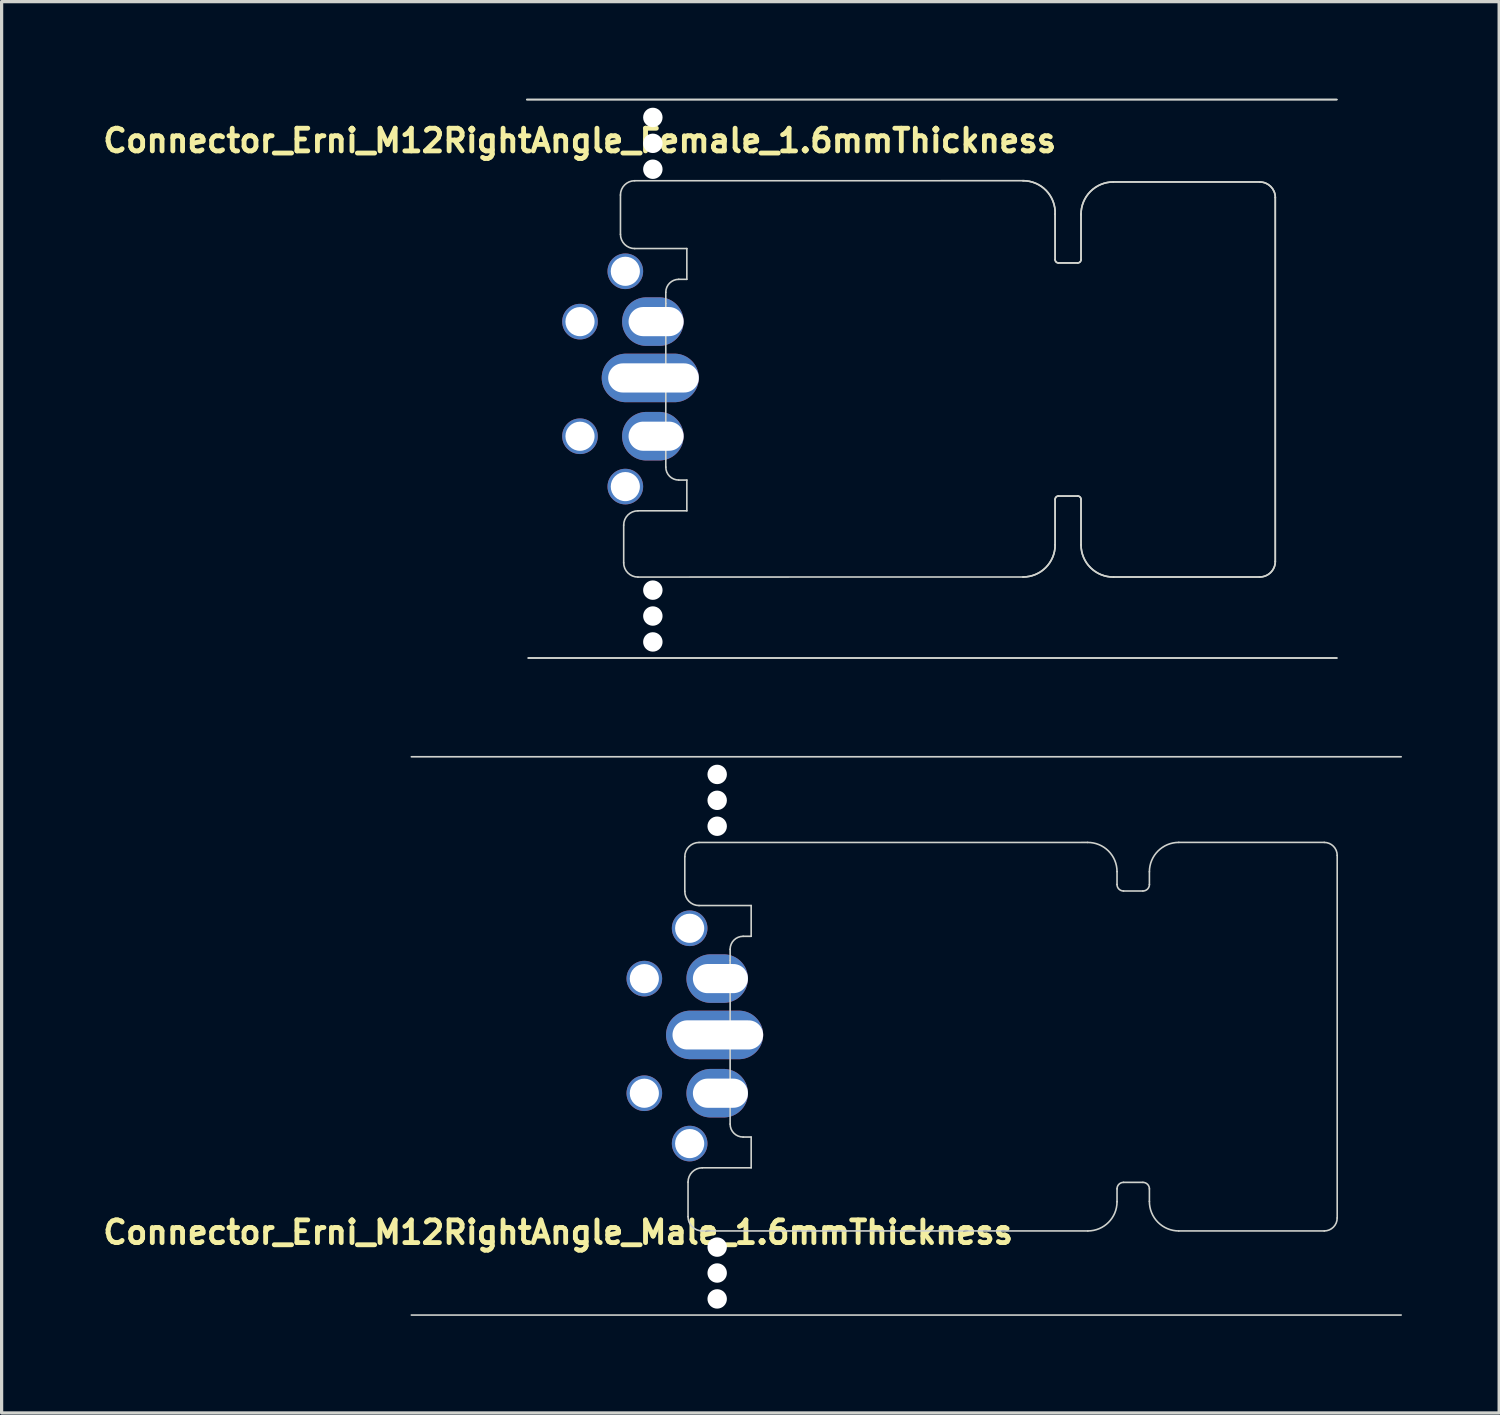
<source format=kicad_pcb>
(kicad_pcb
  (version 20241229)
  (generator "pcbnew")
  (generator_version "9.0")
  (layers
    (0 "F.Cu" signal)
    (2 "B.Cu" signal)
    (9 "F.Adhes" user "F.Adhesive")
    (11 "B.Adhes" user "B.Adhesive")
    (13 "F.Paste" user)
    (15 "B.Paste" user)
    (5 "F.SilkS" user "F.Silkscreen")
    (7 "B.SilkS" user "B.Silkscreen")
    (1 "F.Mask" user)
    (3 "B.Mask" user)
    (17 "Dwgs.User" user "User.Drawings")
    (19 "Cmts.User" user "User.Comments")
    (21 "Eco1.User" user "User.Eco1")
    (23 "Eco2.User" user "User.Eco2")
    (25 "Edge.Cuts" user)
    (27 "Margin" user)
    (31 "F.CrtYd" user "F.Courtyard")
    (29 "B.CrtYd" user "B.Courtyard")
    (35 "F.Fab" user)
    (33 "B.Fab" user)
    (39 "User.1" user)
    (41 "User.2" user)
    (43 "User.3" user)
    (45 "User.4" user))
  (footprint "Connector_Erni_M12RightAngle_Female_1.6mmThickness"
    (layer "F.Cu")
    (at 30.384 8.623)
    (property "Reference" "Connector_Erni_M12RightAngle_Female_1.6mmThickness" (at -15.529 -7.329 0) (layer "F.SilkS") (effects (font (size 0.7 0.7) (thickness 0.15))))
    (attr through_hole)
    (fp_line (start -17.162 -8.598) (end 7.855 -8.598) (stroke (width 0.05) (type solid)) (layer "Edge.Cuts"))
    (fp_line (start -17.162 -8.598) (end 7.855 -8.598) (stroke (width 0.05) (type solid)) (layer "Edge.Cuts"))
    (fp_line (start -14.27 -5.65) (end -14.27 -4.436) (stroke (width 0.05) (type solid)) (layer "Edge.Cuts"))
    (fp_line (start -14.17 4.545) (end -14.17 5.71) (stroke (width 0.05) (type solid)) (layer "Edge.Cuts"))
    (fp_line (start -13.829 -3.996) (end -12.22 -3.996) (stroke (width 0.05) (type solid)) (layer "Edge.Cuts"))
    (fp_line (start -13.73 6.15) (end -1.837 6.148) (stroke (width 0.05) (type solid)) (layer "Edge.Cuts"))
    (fp_line (start -12.87 -2.645) (end -12.87 -2.3) (stroke (width 0.05) (type solid)) (layer "Edge.Cuts"))
    (fp_line (start -12.87 -2.3) (end -12.87 2.754) (stroke (width 0.05) (type solid)) (layer "Edge.Cuts"))
    (fp_line (start -12.469 3.154) (end -12.22 3.154) (stroke (width 0.05) (type solid)) (layer "Edge.Cuts"))
    (fp_line (start -12.22 -3.996) (end -12.22 -3.046) (stroke (width 0.05) (type solid)) (layer "Edge.Cuts"))
    (fp_line (start -12.22 -3.046) (end -12.469 -3.046) (stroke (width 0.05) (type solid)) (layer "Edge.Cuts"))
    (fp_line (start -12.22 3.154) (end -12.22 4.104) (stroke (width 0.05) (type solid)) (layer "Edge.Cuts"))
    (fp_line (start -12.22 4.104) (end -13.729 4.104) (stroke (width 0.05) (type solid)) (layer "Edge.Cuts"))
    (fp_line (start -1.837 -6.092) (end -13.83 -6.09) (stroke (width 0.05) (type solid)) (layer "Edge.Cuts"))
    (fp_line (start -0.845 -3.652) (end -0.845 -5.06) (stroke (width 0.05) (type solid)) (layer "Edge.Cuts"))
    (fp_line (start -0.845 -3.652) (end -0.845 -5.06) (stroke (width 0.05) (type solid)) (layer "Edge.Cuts"))
    (fp_line (start -0.845 5.156) (end -0.845 3.748) (stroke (width 0.05) (type solid)) (layer "Edge.Cuts"))
    (fp_line (start -0.845 5.156) (end -0.845 3.748) (stroke (width 0.05) (type solid)) (layer "Edge.Cuts"))
    (fp_line (start -0.745 3.648) (end -0.145 3.648) (stroke (width 0.05) (type solid)) (layer "Edge.Cuts"))
    (fp_line (start -0.745 3.648) (end -0.145 3.648) (stroke (width 0.05) (type solid)) (layer "Edge.Cuts"))
    (fp_line (start -0.145 -3.553) (end -0.745 -3.553) (stroke (width 0.05) (type solid)) (layer "Edge.Cuts"))
    (fp_line (start -0.145 -3.553) (end -0.745 -3.553) (stroke (width 0.05) (type solid)) (layer "Edge.Cuts"))
    (fp_line (start -0.045 3.748) (end -0.045 5.156) (stroke (width 0.05) (type solid)) (layer "Edge.Cuts"))
    (fp_line (start -0.045 3.752) (end -0.045 5.156) (stroke (width 0.05) (type solid)) (layer "Edge.Cuts"))
    (fp_line (start -0.045 -5.042) (end -0.045 -3.652) (stroke (width 0.05) (type solid)) (layer "Edge.Cuts"))
    (fp_line (start -0.045 -5.069) (end -0.045 -3.652) (stroke (width 0.05) (type solid)) (layer "Edge.Cuts"))
    (fp_line (start 0.962 6.149) (end 5.468 6.148) (stroke (width 0.05) (type solid)) (layer "Edge.Cuts"))
    (fp_line (start 0.962 6.149) (end 5.468 6.148) (stroke (width 0.05) (type solid)) (layer "Edge.Cuts"))
    (fp_line (start 5.474 -6.053) (end 0.953 -6.053) (stroke (width 0.05) (type solid)) (layer "Edge.Cuts"))
    (fp_line (start 5.474 -6.053) (end 0.953 -6.053) (stroke (width 0.05) (type solid)) (layer "Edge.Cuts"))
    (fp_line (start 5.955 5.667) (end 5.955 -5.572) (stroke (width 0.05) (type solid)) (layer "Edge.Cuts"))
    (fp_line (start 5.955 5.667) (end 5.955 -5.572) (stroke (width 0.05) (type solid)) (layer "Edge.Cuts"))
    (fp_line (start 7.855 8.651) (end -17.117 8.651) (stroke (width 0.05) (type solid)) (layer "Edge.Cuts"))
    (fp_line (start 7.855 8.651) (end -17.117 8.651) (stroke (width 0.05) (type solid)) (layer "Edge.Cuts"))
    (fp_arc (start -14.2706 -5.65) (mid -14.141552 -5.96155) (end -13.830003 -6.0906) (stroke (width 0.05) (type solid)) (layer "Edge.Cuts"))
    (fp_arc (start -14.170003 4.544901) (mid -14.040956 4.23335) (end -13.729406 4.1043) (stroke (width 0.05) (type solid)) (layer "Edge.Cuts"))
    (fp_arc (start -13.829411 -3.9957) (mid -14.140961 -4.124749) (end -14.270009 -4.4363) (stroke (width 0.05) (type solid)) (layer "Edge.Cuts"))
    (fp_arc (start -13.73 6.150597) (mid -14.041549 6.021549) (end -14.170597 5.71) (stroke (width 0.05) (type solid)) (layer "Edge.Cuts"))
    (fp_arc (start -12.87 -2.6452) (mid -12.752665 -2.928428) (end -12.469411 -3.0457) (stroke (width 0.05) (type solid)) (layer "Edge.Cuts"))
    (fp_arc (start -12.4694 3.1543) (mid -12.752667 3.036967) (end -12.87 2.7537) (stroke (width 0.05) (type solid)) (layer "Edge.Cuts"))
    (fp_arc (start -1.836506 -6.092133) (mid -1.120788 -5.787362) (end -0.844506 -5.060172) (stroke (width 0.05) (type solid)) (layer "Edge.Cuts"))
    (fp_arc (start -1.836506 -6.092133) (mid -1.120788 -5.787362) (end -0.844506 -5.060172) (stroke (width 0.05) (type solid)) (layer "Edge.Cuts"))
    (fp_arc (start -0.844507 5.156128) (mid -1.135057 5.857577) (end -1.836506 6.148127) (stroke (width 0.05) (type solid)) (layer "Edge.Cuts"))
    (fp_arc (start -0.844507 5.156128) (mid -1.135057 5.857577) (end -1.836506 6.148127) (stroke (width 0.05) (type solid)) (layer "Edge.Cuts"))
    (fp_arc (start -0.844506 3.747828) (mid -0.815334 3.6774) (end -0.744906 3.648228) (stroke (width 0.05) (type solid)) (layer "Edge.Cuts"))
    (fp_arc (start -0.844506 3.747828) (mid -0.815334 3.6774) (end -0.744906 3.648228) (stroke (width 0.05) (type solid)) (layer "Edge.Cuts"))
    (fp_arc (start -0.744906 -3.552572) (mid -0.815334 -3.581744) (end -0.844506 -3.652172) (stroke (width 0.05) (type solid)) (layer "Edge.Cuts"))
    (fp_arc (start -0.744906 -3.552572) (mid -0.815334 -3.581744) (end -0.844506 -3.652172) (stroke (width 0.05) (type solid)) (layer "Edge.Cuts"))
    (fp_arc (start -0.144805 3.648228) (mid -0.072824 3.678988) (end -0.045304 3.752269) (stroke (width 0.05) (type solid)) (layer "Edge.Cuts"))
    (fp_arc (start -0.144805 3.648228) (mid -0.072824 3.678988) (end -0.045304 3.752269) (stroke (width 0.05) (type solid)) (layer "Edge.Cuts"))
    (fp_arc (start -0.045306 -3.652172) (mid -0.074478 -3.581744) (end -0.144906 -3.552572) (stroke (width 0.05) (type solid)) (layer "Edge.Cuts"))
    (fp_arc (start -0.045306 -3.652172) (mid -0.074478 -3.581744) (end -0.144906 -3.552572) (stroke (width 0.05) (type solid)) (layer "Edge.Cuts"))
    (fp_arc (start -0.045009 -5.041804) (mid 0.24256 -5.756226) (end 0.953094 -6.053272) (stroke (width 0.05) (type solid)) (layer "Edge.Cuts"))
    (fp_arc (start -0.045009 -5.041804) (mid 0.242602 -5.756269) (end 0.953215 -6.053272) (stroke (width 0.05) (type solid)) (layer "Edge.Cuts"))
    (fp_arc (start 0.961594 6.149427) (mid 0.250753 5.8633) (end -0.044806 5.156328) (stroke (width 0.05) (type solid)) (layer "Edge.Cuts"))
    (fp_arc (start 0.961594 6.149427) (mid 0.250753 5.8633) (end -0.044806 5.156328) (stroke (width 0.05) (type solid)) (layer "Edge.Cuts"))
    (fp_arc (start 5.474494 -6.052572) (mid 5.814607 -5.911755) (end 5.955495 -5.571672) (stroke (width 0.05) (type solid)) (layer "Edge.Cuts"))
    (fp_arc (start 5.474494 -6.052572) (mid 5.814607 -5.911755) (end 5.955495 -5.571672) (stroke (width 0.05) (type solid)) (layer "Edge.Cuts"))
    (fp_arc (start 5.955496 5.667127) (mid 5.812206 6.009688) (end 5.467658 6.14813) (stroke (width 0.05) (type solid)) (layer "Edge.Cuts"))
    (fp_arc (start 5.955496 5.667228) (mid 5.81217 6.009723) (end 5.467658 6.14813) (stroke (width 0.05) (type solid)) (layer "Edge.Cuts"))
    (pad "" np_thru_hole circle (at -14.12 -3.294) (size 1.1 1.1) (drill 0.9) (layers "*.Cu" "*.Mask"))
    (pad "" np_thru_hole circle (at -14.12 3.356) (size 1.1 1.1) (drill 0.9) (layers "*.Cu" "*.Mask"))
    (pad "" np_thru_hole circle (at -13.27 -8.046) (size 0.6 0.6) (drill 0.6) (layers "*.Cu" "*.Mask"))
    (pad "" np_thru_hole circle (at -13.27 -7.246) (size 0.6 0.6) (drill 0.6) (layers "*.Cu" "*.Mask"))
    (pad "" np_thru_hole circle (at -13.27 -6.446) (size 0.6 0.6) (drill 0.6) (layers "*.Cu" "*.Mask"))
    (pad "" np_thru_hole circle (at -13.27 6.554) (size 0.6 0.6) (drill 0.6) (layers "*.Cu" "*.Mask"))
    (pad "" np_thru_hole circle (at -13.27 7.354) (size 0.6 0.6) (drill 0.6) (layers "*.Cu" "*.Mask"))
    (pad "" np_thru_hole circle (at -13.27 8.154) (size 0.6 0.6) (drill 0.6) (layers "*.Cu" "*.Mask"))
    (pad "1" thru_hole oval (at -13.17 1.8) (size 1.9 1.5) (drill oval 1.7 0.9 (offset -0.1 0)) (layers "*.Cu" "*.Mask" "F.Paste"))
    (pad "2" thru_hole oval (at -13.17 -1.74) (size 1.9 1.5) (drill oval 1.7 0.9 (offset -0.1 0)) (layers "*.Cu" "*.Mask" "F.Paste"))
    (pad "3" thru_hole circle (at -15.52 -1.739) (size 1.1 1.1) (drill 0.9) (layers "*.Cu" "*.Mask"))
    (pad "4" thru_hole circle (at -15.52 1.801) (size 1.1 1.1) (drill 0.9) (layers "*.Cu" "*.Mask"))
    (pad "5" thru_hole oval (at -13.25 0) (size 3 1.5) (drill oval 2.8 0.9 (offset -0.1 0)) (layers "*.Cu" "*.Mask" "F.Paste")))
  (footprint "Connector_Erni_M12RightAngle_Male_1.6mmThickness"
    (layer "F.Cu")
    (at 29.001 28.915)
    (property "Reference" "Connector_Erni_M12RightAngle_Male_1.6mmThickness" (at -14.813 6.098 0) (layer "F.SilkS") (effects (font (size 0.7 0.7) (thickness 0.15))))
    (attr through_hole)
    (fp_line (start -19.346 -8.591) (end 11.227 -8.591) (stroke (width 0.05) (type solid)) (layer "Edge.Cuts"))
    (fp_line (start -10.9 -5.504) (end -10.9 -4.436) (stroke (width 0.05) (type solid)) (layer "Edge.Cuts"))
    (fp_line (start -10.8 4.545) (end -10.8 5.614) (stroke (width 0.05) (type solid)) (layer "Edge.Cuts"))
    (fp_line (start -10.459 -3.996) (end -8.85 -3.996) (stroke (width 0.05) (type solid)) (layer "Edge.Cuts"))
    (fp_line (start -10.359 6.054) (end 1.548 6.054) (stroke (width 0.05) (type solid)) (layer "Edge.Cuts"))
    (fp_line (start -9.5 -2.645) (end -9.5 -2.3) (stroke (width 0.05) (type solid)) (layer "Edge.Cuts"))
    (fp_line (start -9.5 -2.3) (end -9.5 2.754) (stroke (width 0.05) (type solid)) (layer "Edge.Cuts"))
    (fp_line (start -9.099 3.154) (end -8.85 3.154) (stroke (width 0.05) (type solid)) (layer "Edge.Cuts"))
    (fp_line (start -8.85 -3.996) (end -8.85 -3.046) (stroke (width 0.05) (type solid)) (layer "Edge.Cuts"))
    (fp_line (start -8.85 -3.046) (end -9.099 -3.046) (stroke (width 0.05) (type solid)) (layer "Edge.Cuts"))
    (fp_line (start -8.85 3.154) (end -8.85 4.104) (stroke (width 0.05) (type solid)) (layer "Edge.Cuts"))
    (fp_line (start -8.85 4.104) (end -10.359 4.104) (stroke (width 0.05) (type solid)) (layer "Edge.Cuts"))
    (fp_line (start 1.542 -5.945) (end -10.459 -5.944) (stroke (width 0.05) (type solid)) (layer "Edge.Cuts"))
    (fp_line (start 2.45 -4.646) (end 2.45 -5.044) (stroke (width 0.05) (type solid)) (layer "Edge.Cuts"))
    (fp_line (start 2.45 5.153) (end 2.45 4.754) (stroke (width 0.05) (type solid)) (layer "Edge.Cuts"))
    (fp_line (start 2.65 4.554) (end 3.25 4.554) (stroke (width 0.05) (type solid)) (layer "Edge.Cuts"))
    (fp_line (start 3.248 -4.446) (end 2.65 -4.446) (stroke (width 0.05) (type solid)) (layer "Edge.Cuts"))
    (fp_line (start 3.45 4.754) (end 3.45 5.141) (stroke (width 0.05) (type solid)) (layer "Edge.Cuts"))
    (fp_line (start 3.45 -5.039) (end 3.45 -4.646) (stroke (width 0.05) (type solid)) (layer "Edge.Cuts"))
    (fp_line (start 4.358 6.054) (end 8.85 6.054) (stroke (width 0.05) (type solid)) (layer "Edge.Cuts"))
    (fp_line (start 8.85 -5.946) (end 4.358 -5.946) (stroke (width 0.05) (type solid)) (layer "Edge.Cuts"))
    (fp_line (start 9.25 5.654) (end 9.25 -5.545) (stroke (width 0.05) (type solid)) (layer "Edge.Cuts"))
    (fp_line (start 11.226 8.652) (end -19.346 8.652) (stroke (width 0.05) (type solid)) (layer "Edge.Cuts"))
    (fp_arc (start -10.900009 -5.5037) (mid -10.770961 -5.81525) (end -10.459412 -5.9443) (stroke (width 0.05) (type solid)) (layer "Edge.Cuts"))
    (fp_arc (start -10.800003 4.544901) (mid -10.670956 4.23335) (end -10.359406 4.1043) (stroke (width 0.05) (type solid)) (layer "Edge.Cuts"))
    (fp_arc (start -10.459411 -3.9957) (mid -10.770961 -4.124749) (end -10.900009 -4.4363) (stroke (width 0.05) (type solid)) (layer "Edge.Cuts"))
    (fp_arc (start -10.359406 6.054299) (mid -10.670955 5.925251) (end -10.800003 5.613702) (stroke (width 0.05) (type solid)) (layer "Edge.Cuts"))
    (fp_arc (start -9.5 -2.6452) (mid -9.382665 -2.928428) (end -9.099411 -3.0457) (stroke (width 0.05) (type solid)) (layer "Edge.Cuts"))
    (fp_arc (start -9.0994 3.1543) (mid -9.382667 3.036967) (end -9.5 2.7537) (stroke (width 0.05) (type solid)) (layer "Edge.Cuts"))
    (fp_arc (start 1.542402 -5.945001) (mid 2.183785 -5.683317) (end 2.449997 -5.0438) (stroke (width 0.05) (type solid)) (layer "Edge.Cuts"))
    (fp_arc (start 2.449997 4.7543) (mid 2.508575 4.61288) (end 2.649994 4.5543) (stroke (width 0.05) (type solid)) (layer "Edge.Cuts"))
    (fp_arc (start 2.449997 5.1528) (mid 2.185951 5.790257) (end 1.548492 6.0543) (stroke (width 0.05) (type solid)) (layer "Edge.Cuts"))
    (fp_arc (start 2.649997 -4.4457) (mid 2.508575 -4.504278) (end 2.449997 -4.6457) (stroke (width 0.05) (type solid)) (layer "Edge.Cuts"))
    (fp_arc (start 3.249985 4.5543) (mid 3.391414 4.612874) (end 3.449997 4.7543) (stroke (width 0.05) (type solid)) (layer "Edge.Cuts"))
    (fp_arc (start 3.449997 -4.6457) (mid 3.390641 -4.5035) (end 3.247801 -4.4457) (stroke (width 0.05) (type solid)) (layer "Edge.Cuts"))
    (fp_arc (start 3.450177 -5.039488) (mid 3.716086 -5.680769) (end 4.357524 -5.9463) (stroke (width 0.05) (type solid)) (layer "Edge.Cuts"))
    (fp_arc (start 4.357525 6.0543) (mid 3.71363 5.786329) (end 3.449997 5.140645) (stroke (width 0.05) (type solid)) (layer "Edge.Cuts"))
    (fp_arc (start 8.849503 -5.9457) (mid 9.132687 -5.828402) (end 9.249985 -5.545218) (stroke (width 0.05) (type solid)) (layer "Edge.Cuts"))
    (fp_arc (start 9.249985 5.6538) (mid 9.132693 5.936995) (end 8.849503 6.0543) (stroke (width 0.05) (type solid)) (layer "Edge.Cuts"))
    (pad "" np_thru_hole circle (at -10.75 -3.294) (size 1.1 1.1) (drill 0.9) (layers "*.Cu" "*.Mask"))
    (pad "" np_thru_hole circle (at -10.75 3.356) (size 1.1 1.1) (drill 0.9) (layers "*.Cu" "*.Mask"))
    (pad "" np_thru_hole circle (at -9.9 -8.046) (size 0.6 0.6) (drill 0.6) (layers "*.Cu" "*.Mask"))
    (pad "" np_thru_hole circle (at -9.9 -7.246) (size 0.6 0.6) (drill 0.6) (layers "*.Cu" "*.Mask"))
    (pad "" np_thru_hole circle (at -9.9 -6.446) (size 0.6 0.6) (drill 0.6) (layers "*.Cu" "*.Mask"))
    (pad "" np_thru_hole circle (at -9.9 6.554) (size 0.6 0.6) (drill 0.6) (layers "*.Cu" "*.Mask"))
    (pad "" np_thru_hole circle (at -9.9 7.354) (size 0.6 0.6) (drill 0.6) (layers "*.Cu" "*.Mask"))
    (pad "" np_thru_hole circle (at -9.9 8.154) (size 0.6 0.6) (drill 0.6) (layers "*.Cu" "*.Mask"))
    (pad "1" thru_hole oval (at -9.8 1.8) (size 1.9 1.5) (drill oval 1.7 0.9 (offset -0.1 0)) (layers "*.Cu" "*.Mask" "F.Paste"))
    (pad "2" thru_hole oval (at -9.8 -1.74) (size 1.9 1.5) (drill oval 1.7 0.9 (offset -0.1 0)) (layers "*.Cu" "*.Mask" "F.Paste"))
    (pad "3" thru_hole circle (at -12.15 -1.739) (size 1.1 1.1) (drill 0.9) (layers "*.Cu" "*.Mask"))
    (pad "4" thru_hole circle (at -12.15 1.801) (size 1.1 1.1) (drill 0.9) (layers "*.Cu" "*.Mask"))
    (pad "5" thru_hole oval (at -9.88 0) (size 3 1.5) (drill oval 2.8 0.9 (offset -0.1 0)) (layers "*.Cu" "*.Mask" "F.Paste")))
  (gr_rect
    (start -3 -3)
    (end 43.253 40.591)
    (stroke (width 0.1) (type default))
    (fill no)
    (layer "Edge.Cuts")))
</source>
